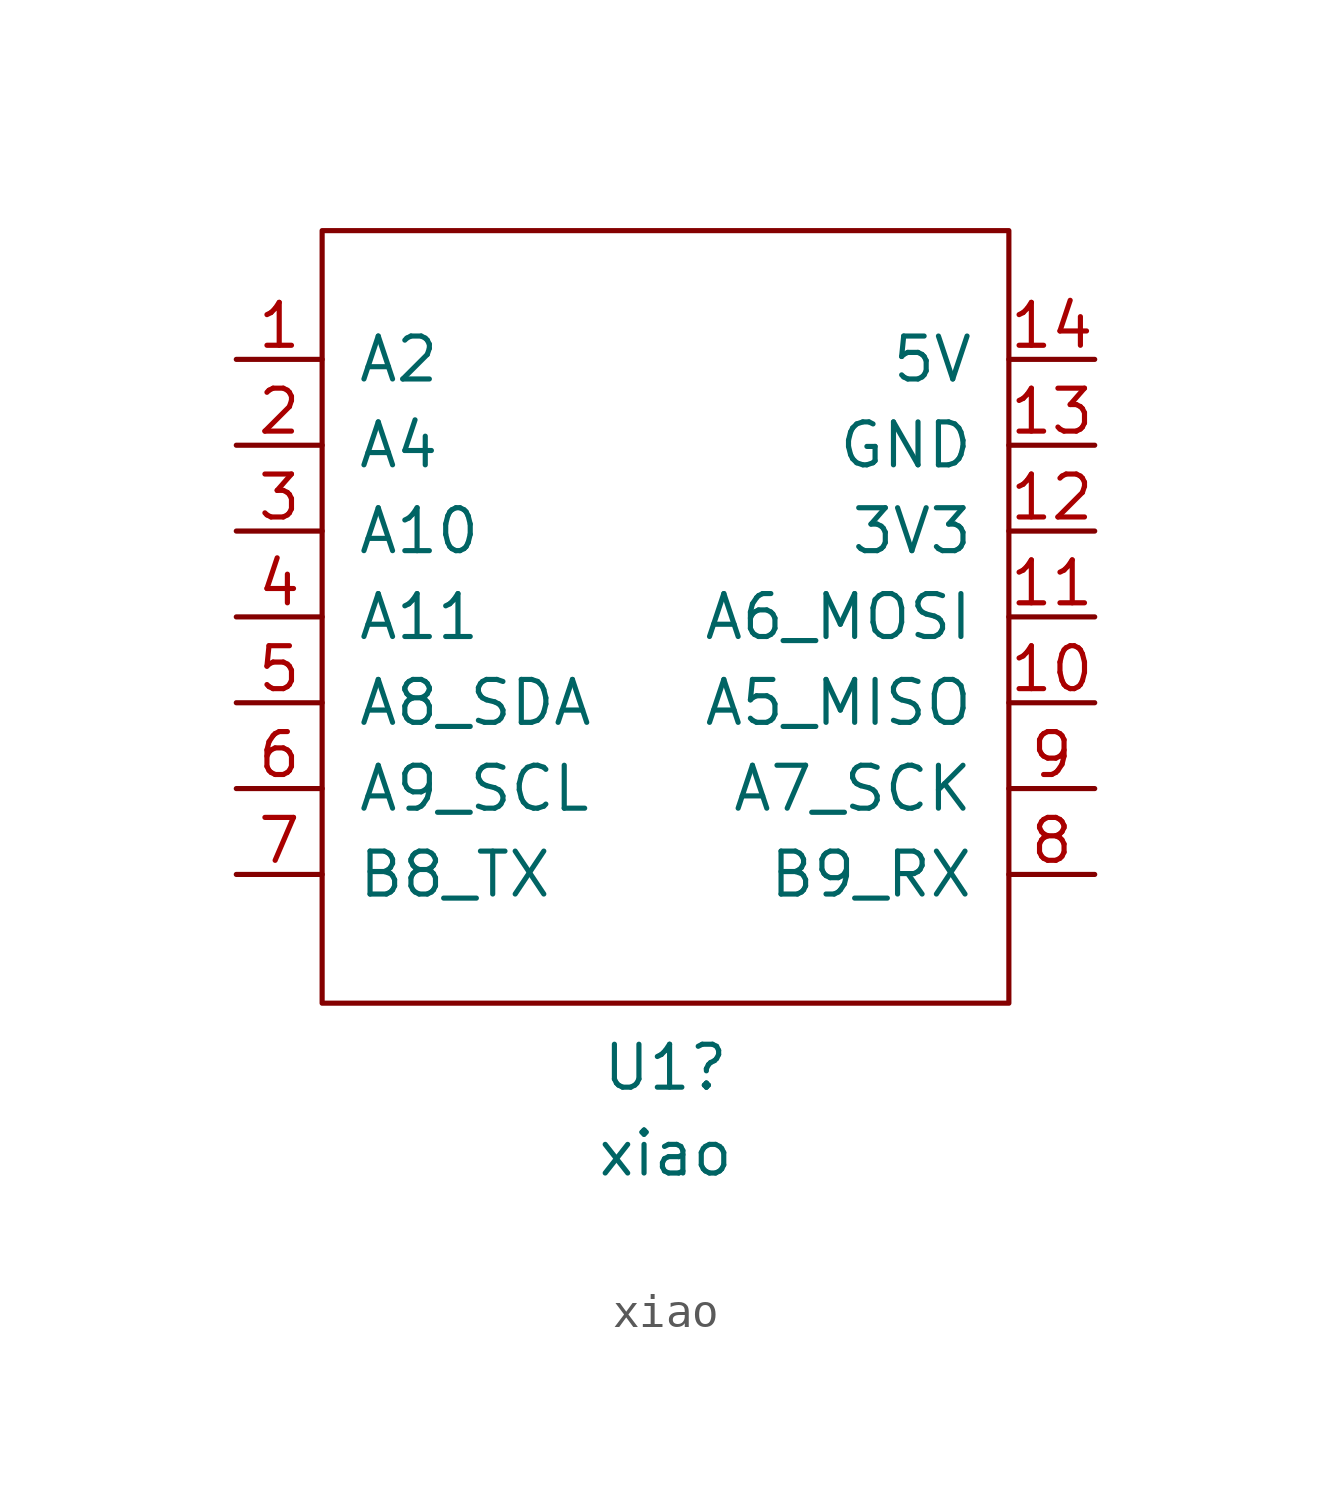
<source format=kicad_sym>
(kicad_symbol_lib
  (version 20220914)
  (generator kicad_symbol_editor)
  (symbol "xiao"
    (pin_names
      (offset 1.016))
    (property "Reference" "U1"
      (at 0 -13.335 0)
      (effects (font (size 1.27 1.27))))
    (property "Value" "xiao"
      (at 0 -15.875 0)
      (effects (font (size 1.27 1.27))))
    (symbol "xiao_0_1"
      (rectangle (start -10.16 11.43) (end 10.16 -11.43) (stroke (width 0) (type default)) (fill (type none))))
    (symbol "xiao_1_1"
      (pin bidirectional line (at -12.7 7.62 0) (length 2.54) (name "A2" (effects (font (size 1.27 1.27)))) (number "1" (effects (font (size 1.27 1.27)))))
      (pin bidirectional line (at 12.7 -2.54 180) (length 2.54) (name "A5_MISO" (effects (font (size 1.27 1.27)))) (number "10" (effects (font (size 1.27 1.27)))))
      (pin bidirectional line (at 12.7 0 180) (length 2.54) (name "A6_MOSI" (effects (font (size 1.27 1.27)))) (number "11" (effects (font (size 1.27 1.27)))))
      (pin power_out line (at 12.7 2.54 180) (length 2.54) (name "3V3" (effects (font (size 1.27 1.27)))) (number "12" (effects (font (size 1.27 1.27)))))
      (pin power_out line (at 12.7 5.08 180) (length 2.54) (name "GND" (effects (font (size 1.27 1.27)))) (number "13" (effects (font (size 1.27 1.27)))))
      (pin power_out line (at 12.7 7.62 180) (length 2.54) (name "5V" (effects (font (size 1.27 1.27)))) (number "14" (effects (font (size 1.27 1.27)))))
      (pin bidirectional line (at -12.7 5.08 0) (length 2.54) (name "A4" (effects (font (size 1.27 1.27)))) (number "2" (effects (font (size 1.27 1.27)))))
      (pin bidirectional line (at -12.7 2.54 0) (length 2.54) (name "A10" (effects (font (size 1.27 1.27)))) (number "3" (effects (font (size 1.27 1.27)))))
      (pin bidirectional line (at -12.7 0 0) (length 2.54) (name "A11" (effects (font (size 1.27 1.27)))) (number "4" (effects (font (size 1.27 1.27)))))
      (pin bidirectional line (at -12.7 -2.54 0) (length 2.54) (name "A8_SDA" (effects (font (size 1.27 1.27)))) (number "5" (effects (font (size 1.27 1.27)))))
      (pin bidirectional line (at -12.7 -5.08 0) (length 2.54) (name "A9_SCL" (effects (font (size 1.27 1.27)))) (number "6" (effects (font (size 1.27 1.27)))))
      (pin bidirectional line (at -12.7 -7.62 0) (length 2.54) (name "B8_TX" (effects (font (size 1.27 1.27)))) (number "7" (effects (font (size 1.27 1.27)))))
      (pin bidirectional line (at 12.7 -7.62 180) (length 2.54) (name "B9_RX" (effects (font (size 1.27 1.27)))) (number "8" (effects (font (size 1.27 1.27)))))
      (pin bidirectional line (at 12.7 -5.08 180) (length 2.54) (name "A7_SCK" (effects (font (size 1.27 1.27)))) (number "9" (effects (font (size 1.27 1.27))))))))
</source>
